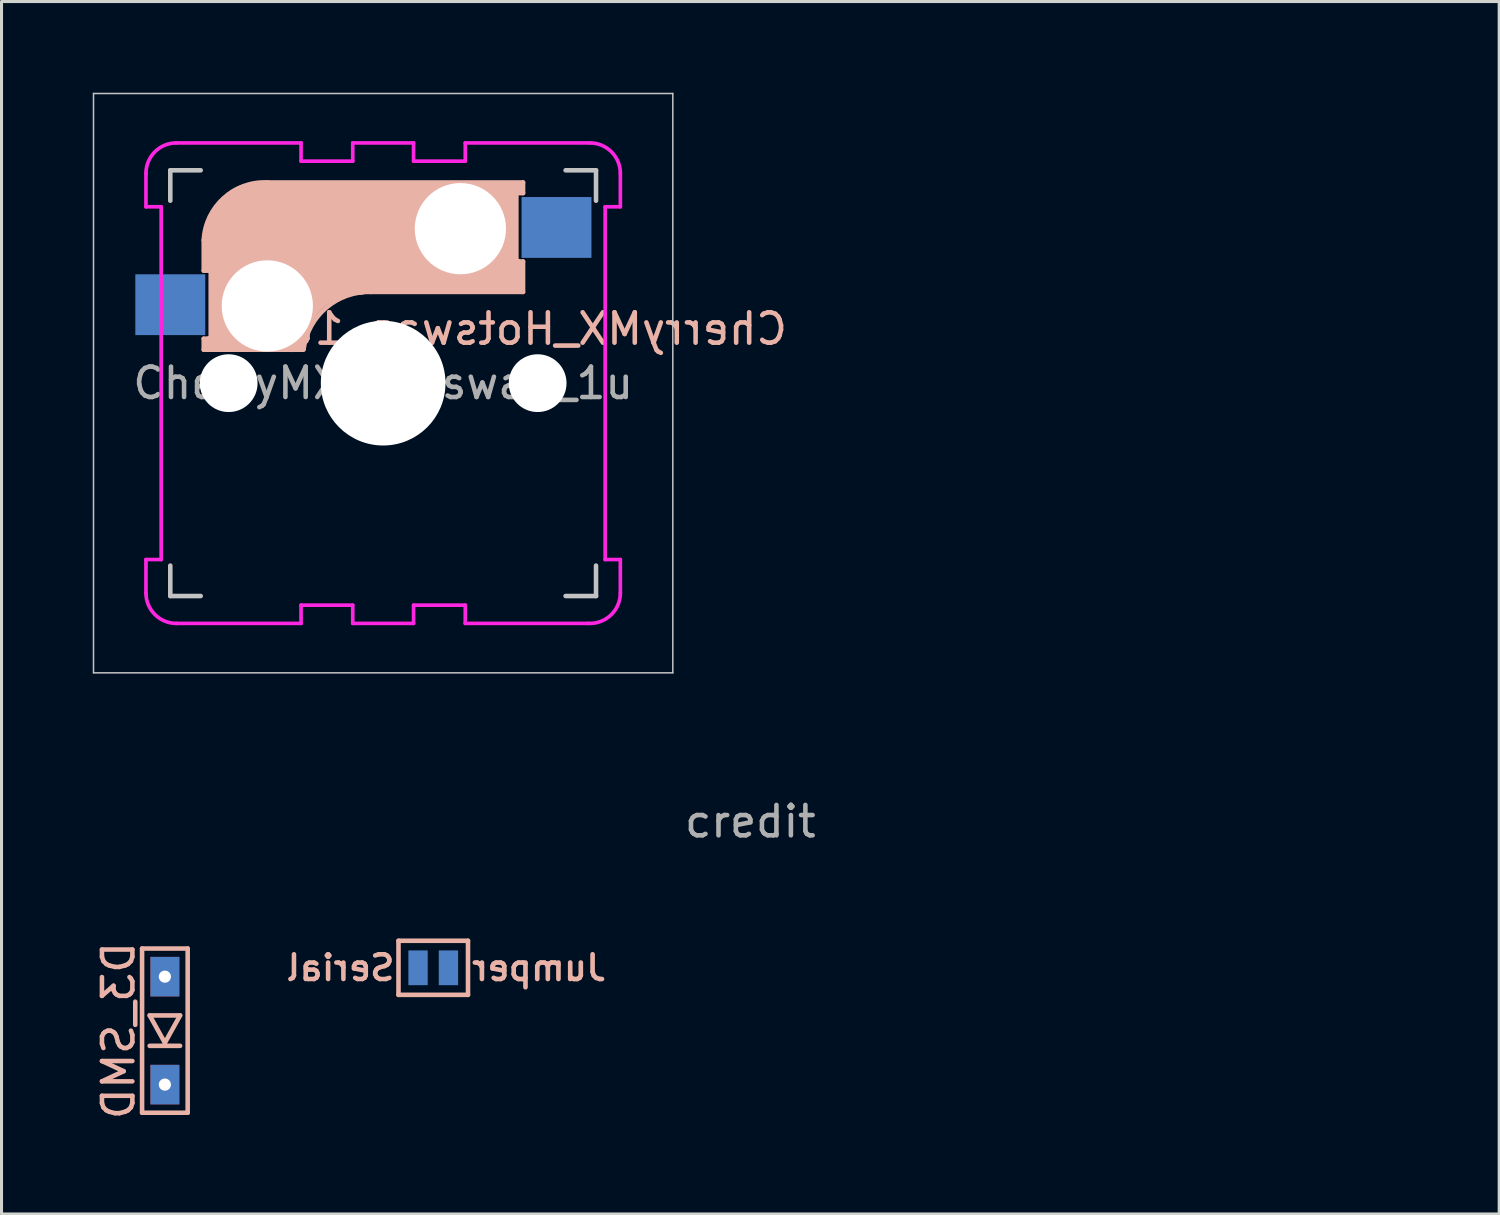
<source format=kicad_pcb>
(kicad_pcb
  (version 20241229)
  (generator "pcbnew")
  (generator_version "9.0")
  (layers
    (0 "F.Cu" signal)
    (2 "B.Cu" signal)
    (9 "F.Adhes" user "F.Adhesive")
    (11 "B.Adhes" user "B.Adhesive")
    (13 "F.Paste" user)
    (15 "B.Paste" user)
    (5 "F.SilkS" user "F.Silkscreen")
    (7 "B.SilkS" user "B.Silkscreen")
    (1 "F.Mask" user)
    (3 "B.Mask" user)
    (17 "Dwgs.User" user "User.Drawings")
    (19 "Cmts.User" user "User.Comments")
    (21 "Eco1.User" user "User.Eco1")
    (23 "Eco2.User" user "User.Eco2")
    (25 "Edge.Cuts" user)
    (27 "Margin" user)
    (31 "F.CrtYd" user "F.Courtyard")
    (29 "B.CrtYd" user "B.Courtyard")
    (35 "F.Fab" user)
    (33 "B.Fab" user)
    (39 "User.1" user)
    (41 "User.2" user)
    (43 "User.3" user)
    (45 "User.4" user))
  (footprint "D3_SMD"
    (layer "F.Cu")
    (at 2.372 30.842)
    (property "Reference" "D3_SMD" (at -1.524 0 90) (layer "B.SilkS") (effects (font (size 1 1) (thickness 0.15)) (justify mirror)))
    (attr through_hole)
    (fp_line (start -0.75 -2.7) (end -0.75 2.7) (stroke (width 0.15) (type solid)) (layer "B.SilkS"))
    (fp_line (start -0.75 2.7) (end 0.75 2.7) (stroke (width 0.15) (type solid)) (layer "B.SilkS"))
    (fp_line (start -0.5 -0.5) (end 0.5 -0.5) (stroke (width 0.15) (type solid)) (layer "B.SilkS"))
    (fp_line (start -0.5 0.5) (end 0.5 0.5) (stroke (width 0.15) (type solid)) (layer "B.SilkS"))
    (fp_line (start 0 0.4) (end -0.5 -0.5) (stroke (width 0.15) (type solid)) (layer "B.SilkS"))
    (fp_line (start 0.5 -0.5) (end 0 0.4) (stroke (width 0.15) (type solid)) (layer "B.SilkS"))
    (fp_line (start 0.75 -2.7) (end -0.75 -2.7) (stroke (width 0.15) (type solid)) (layer "B.SilkS"))
    (fp_line (start 0.75 2.7) (end 0.75 -2.7) (stroke (width 0.15) (type solid)) (layer "B.SilkS"))
    (pad "1" thru_hole rect (at 0 1.775 90) (size 1.3 0.95) (drill 0.4) (layers "*.Cu" "*.Mask"))
    (pad "2" thru_hole rect (at 0 -1.775 90) (size 1.3 0.95) (drill 0.4) (layers "*.Cu" "*.Mask")))
  (footprint "Jumper"
    (layer "F.Cu")
    (at 11.197 28.776)
    (property "Reference" "Jumper" (at 1.191 0 0) (layer "B.SilkS") (effects (font (size 0.813 0.813) (thickness 0.152)) (justify right mirror)))
    (attr smd)
    (fp_line (start -1.143 -0.889) (end -1.143 0.889) (stroke (width 0.15) (type solid)) (layer "B.SilkS"))
    (fp_line (start -1.143 0.889) (end 1.143 0.889) (stroke (width 0.15) (type solid)) (layer "B.SilkS"))
    (fp_line (start 1.143 -0.889) (end -1.143 -0.889) (stroke (width 0.15) (type solid)) (layer "B.SilkS"))
    (fp_line (start 1.143 0.889) (end 1.143 -0.889) (stroke (width 0.15) (type solid)) (layer "B.SilkS"))
    (fp_text user "Serial" (at -1.191 0 0) (layer "B.SilkS") (effects (font (size 0.813 0.813) (thickness 0.15)) (justify left mirror)))
    (pad "1" smd rect (at -0.5 0) (size 0.635 1.143) (layers "B.Cu" "B.Mask" "B.Paste"))
    (pad "2" smd rect (at 0.5 0) (size 0.635 1.143) (layers "B.Cu" "B.Mask" "B.Paste")))
  (footprint "credit"
    (layer "F.Cu")
    (at 21.625 22.948)
    (property "Reference" "credit" (at 0 1.016 0) (layer "F.Fab") (effects (font (size 1 1) (thickness 0.15))))
    (attr through_hole)
    (fp_text user "Angelina Integrated rev.1 (2020.06) Designed by clomie" (at 0 0 0) (layer "B.Mask") (effects (font (size 1 1) (thickness 0.15)) (justify mirror))))
  (footprint "CherryMX_Hotswap_1u"
    (layer "F.Cu")
    (at 9.55 9.55)
    (property "Reference" "CherryMX_Hotswap_1u" (at 0 0 0) (layer "F.Fab") (effects (font (size 1 1) (thickness 0.15))))
    (attr through_hole)
    (fp_line (start -5.9 -4.7) (end -5.9 -3.7) (stroke (width 0.15) (type solid)) (layer "B.SilkS"))
    (fp_line (start -5.9 -3.7) (end -5.7 -3.7) (stroke (width 0.15) (type solid)) (layer "B.SilkS"))
    (fp_line (start -5.9 -1.1) (end -5.9 -1.46) (stroke (width 0.15) (type solid)) (layer "B.SilkS"))
    (fp_line (start -5.9 -1.1) (end -2.62 -1.1) (stroke (width 0.15) (type solid)) (layer "B.SilkS"))
    (fp_line (start -5.8 -3.8) (end -5.8 -4.7) (stroke (width 0.3) (type solid)) (layer "B.SilkS"))
    (fp_line (start -5.7 -1.46) (end -5.9 -1.46) (stroke (width 0.15) (type solid)) (layer "B.SilkS"))
    (fp_line (start -5.7 -1.3) (end -3 -1.3) (stroke (width 0.5) (type solid)) (layer "B.SilkS"))
    (fp_line (start -5.67 -3.7) (end -5.67 -1.46) (stroke (width 0.15) (type solid)) (layer "B.SilkS"))
    (fp_line (start -5.3 -1.6) (end -5.3 -3.4) (stroke (width 0.8) (type solid)) (layer "B.SilkS"))
    (fp_line (start -4.17 -5.1) (end -4.17 -2.86) (stroke (width 3) (type solid)) (layer "B.SilkS"))
    (fp_line (start -0.4 -3) (end 4.6 -3) (stroke (width 0.15) (type solid)) (layer "B.SilkS"))
    (fp_line (start 2.6 -4.8) (end -4.1 -4.8) (stroke (width 3.5) (type solid)) (layer "B.SilkS"))
    (fp_line (start 3.9 -6) (end 3.9 -3.5) (stroke (width 1) (type solid)) (layer "B.SilkS"))
    (fp_line (start 4.3 -3.3) (end 2.9 -3.3) (stroke (width 0.5) (type solid)) (layer "B.SilkS"))
    (fp_line (start 4.38 -4) (end 4.38 -6.25) (stroke (width 0.15) (type solid)) (layer "B.SilkS"))
    (fp_line (start 4.4 -6.4) (end 3 -6.4) (stroke (width 0.4) (type solid)) (layer "B.SilkS"))
    (fp_line (start 4.4 -6.25) (end 4.6 -6.25) (stroke (width 0.15) (type solid)) (layer "B.SilkS"))
    (fp_line (start 4.4 -3.9) (end 4.4 -3.2) (stroke (width 0.4) (type solid)) (layer "B.SilkS"))
    (fp_line (start 4.6 -6.6) (end -3.8 -6.6) (stroke (width 0.15) (type solid)) (layer "B.SilkS"))
    (fp_line (start 4.6 -6.25) (end 4.6 -6.6) (stroke (width 0.15) (type solid)) (layer "B.SilkS"))
    (fp_line (start 4.6 -4) (end 4.4 -4) (stroke (width 0.15) (type solid)) (layer "B.SilkS"))
    (fp_line (start 4.6 -3) (end 4.6 -4) (stroke (width 0.15) (type solid)) (layer "B.SilkS"))
    (fp_arc (start -5.9 -4.699999) (mid -5.243504 -6.084924) (end -3.800001 -6.6) (stroke (width 0.15) (type solid)) (layer "B.SilkS"))
    (fp_arc (start -3.016318 -1.521471) (mid -2.268709 -2.886118) (end -0.8 -3.4) (stroke (width 1) (type solid)) (layer "B.SilkS"))
    (fp_arc (start -2.616318 -1.121471) (mid -1.868709 -2.486118) (end -0.4 -3) (stroke (width 0.15) (type solid)) (layer "B.SilkS"))
    (fp_line (start -9.525 -9.525) (end 9.525 -9.525) (stroke (width 0.05) (type solid)) (layer "Dwgs.User"))
    (fp_line (start -9.525 9.525) (end -9.525 -9.525) (stroke (width 0.05) (type solid)) (layer "Dwgs.User"))
    (fp_line (start -7 -7) (end -6 -7) (stroke (width 0.15) (type solid)) (layer "Dwgs.User"))
    (fp_line (start -7 -6) (end -7 -7) (stroke (width 0.15) (type solid)) (layer "Dwgs.User"))
    (fp_line (start -7 6) (end -7 7) (stroke (width 0.15) (type solid)) (layer "Dwgs.User"))
    (fp_line (start -7 7) (end -6 7) (stroke (width 0.15) (type solid)) (layer "Dwgs.User"))
    (fp_line (start 6 7) (end 7 7) (stroke (width 0.15) (type solid)) (layer "Dwgs.User"))
    (fp_line (start 7 -7) (end 6 -7) (stroke (width 0.15) (type solid)) (layer "Dwgs.User"))
    (fp_line (start 7 -7) (end 7 -6) (stroke (width 0.15) (type solid)) (layer "Dwgs.User"))
    (fp_line (start 7 7) (end 7 6) (stroke (width 0.15) (type solid)) (layer "Dwgs.User"))
    (fp_line (start 9.525 -9.525) (end 9.525 9.525) (stroke (width 0.05) (type solid)) (layer "Dwgs.User"))
    (fp_line (start 9.525 9.525) (end -9.525 9.525) (stroke (width 0.05) (type solid)) (layer "Dwgs.User"))
    (fp_line (start -7.8 -6.9) (end -7.8 -5.8) (stroke (width 0.12) (type solid)) (layer "F.CrtYd"))
    (fp_line (start -7.8 -5.8) (end -7.3 -5.8) (stroke (width 0.12) (type solid)) (layer "F.CrtYd"))
    (fp_line (start -7.8 5.8) (end -7.3 5.8) (stroke (width 0.12) (type solid)) (layer "F.CrtYd"))
    (fp_line (start -7.8 6.9) (end -7.8 5.8) (stroke (width 0.12) (type solid)) (layer "F.CrtYd"))
    (fp_line (start -7.3 -5.8) (end -7.3 5.8) (stroke (width 0.12) (type solid)) (layer "F.CrtYd"))
    (fp_line (start -6.8 -7.9) (end -2.7 -7.9) (stroke (width 0.12) (type solid)) (layer "F.CrtYd"))
    (fp_line (start -6.8 7.9) (end -2.7 7.9) (stroke (width 0.12) (type solid)) (layer "F.CrtYd"))
    (fp_line (start -2.7 -7.9) (end -2.7 -7.3) (stroke (width 0.12) (type solid)) (layer "F.CrtYd"))
    (fp_line (start -2.7 7.3) (end -1 7.3) (stroke (width 0.12) (type solid)) (layer "F.CrtYd"))
    (fp_line (start -2.7 7.9) (end -2.7 7.3) (stroke (width 0.12) (type solid)) (layer "F.CrtYd"))
    (fp_line (start -1 -7.9) (end -1 -7.3) (stroke (width 0.12) (type solid)) (layer "F.CrtYd"))
    (fp_line (start -1 -7.9) (end 1 -7.9) (stroke (width 0.12) (type solid)) (layer "F.CrtYd"))
    (fp_line (start -1 -7.3) (end -2.7 -7.3) (stroke (width 0.12) (type solid)) (layer "F.CrtYd"))
    (fp_line (start -1 7.3) (end -1 7.9) (stroke (width 0.12) (type solid)) (layer "F.CrtYd"))
    (fp_line (start -1 7.9) (end 1 7.9) (stroke (width 0.12) (type solid)) (layer "F.CrtYd"))
    (fp_line (start 1 -7.9) (end 1 -7.3) (stroke (width 0.12) (type solid)) (layer "F.CrtYd"))
    (fp_line (start 1 -7.3) (end 2.7 -7.3) (stroke (width 0.12) (type solid)) (layer "F.CrtYd"))
    (fp_line (start 1 7.3) (end 2.7 7.3) (stroke (width 0.12) (type solid)) (layer "F.CrtYd"))
    (fp_line (start 1 7.9) (end 1 7.3) (stroke (width 0.12) (type solid)) (layer "F.CrtYd"))
    (fp_line (start 2.7 -7.9) (end 2.7 -7.3) (stroke (width 0.12) (type solid)) (layer "F.CrtYd"))
    (fp_line (start 2.7 7.9) (end 2.7 7.3) (stroke (width 0.12) (type solid)) (layer "F.CrtYd"))
    (fp_line (start 6.749 7.9) (end 2.7 7.9) (stroke (width 0.12) (type solid)) (layer "F.CrtYd"))
    (fp_line (start 6.8 -7.9) (end 2.7 -7.9) (stroke (width 0.12) (type solid)) (layer "F.CrtYd"))
    (fp_line (start 7.3 5.8) (end 7.3 -5.8) (stroke (width 0.12) (type solid)) (layer "F.CrtYd"))
    (fp_line (start 7.799 5.8) (end 7.3 5.8) (stroke (width 0.12) (type solid)) (layer "F.CrtYd"))
    (fp_line (start 7.8 -6.9) (end 7.8 -5.8) (stroke (width 0.12) (type solid)) (layer "F.CrtYd"))
    (fp_line (start 7.8 -5.8) (end 7.3 -5.8) (stroke (width 0.12) (type solid)) (layer "F.CrtYd"))
    (fp_line (start 7.8 6.9) (end 7.799 5.8) (stroke (width 0.12) (type solid)) (layer "F.CrtYd"))
    (fp_arc (start -7.8 -6.9) (mid -7.507107 -7.607107) (end -6.8 -7.9) (stroke (width 0.12) (type solid)) (layer "F.CrtYd"))
    (fp_arc (start -6.8 7.9) (mid -7.507107 7.607107) (end -7.8 6.9) (stroke (width 0.12) (type solid)) (layer "F.CrtYd"))
    (fp_arc (start 6.8 -7.9) (mid 7.507107 -7.607107) (end 7.8 -6.9) (stroke (width 0.12) (type solid)) (layer "F.CrtYd"))
    (fp_arc (start 7.8 6.9) (mid 7.488837 7.625452) (end 6.748751 7.9) (stroke (width 0.12) (type solid)) (layer "F.CrtYd"))
    (fp_text user "${REFERENCE}" (at 5.06 -1.786 0) (layer "B.SilkS") (effects (font (size 1 1) (thickness 0.15)) (justify mirror)))
    (pad "" np_thru_hole circle (at -5.08 0) (size 1.9 1.9) (drill 1.9) (layers "*.Cu" "*.Mask"))
    (pad "" np_thru_hole circle (at -3.81 -2.54 180) (size 3 3) (drill 3) (layers "*.Cu" "*.Mask"))
    (pad "" np_thru_hole circle (at 0 0 90) (size 4.1 4.1) (drill 4.1) (layers "*.Cu" "*.Mask"))
    (pad "" np_thru_hole circle (at 2.54 -5.08 180) (size 3 3) (drill 3) (layers "*.Cu" "*.Mask"))
    (pad "" np_thru_hole circle (at 5.08 0) (size 1.9 1.9) (drill 1.9) (layers "*.Cu" "*.Mask"))
    (pad "1" smd rect (at -7 -2.58 180) (size 2.3 2) (layers "B.Cu" "B.Mask" "B.Paste"))
    (pad "2" smd rect (at 5.7 -5.12 180) (size 2.3 2) (layers "B.Cu" "B.Mask" "B.Paste")))
  (gr_rect
    (start -3 -3)
    (end 46.25 36.872)
    (stroke (width 0.1) (type default))
    (fill no)
    (layer "Edge.Cuts")))
</source>
